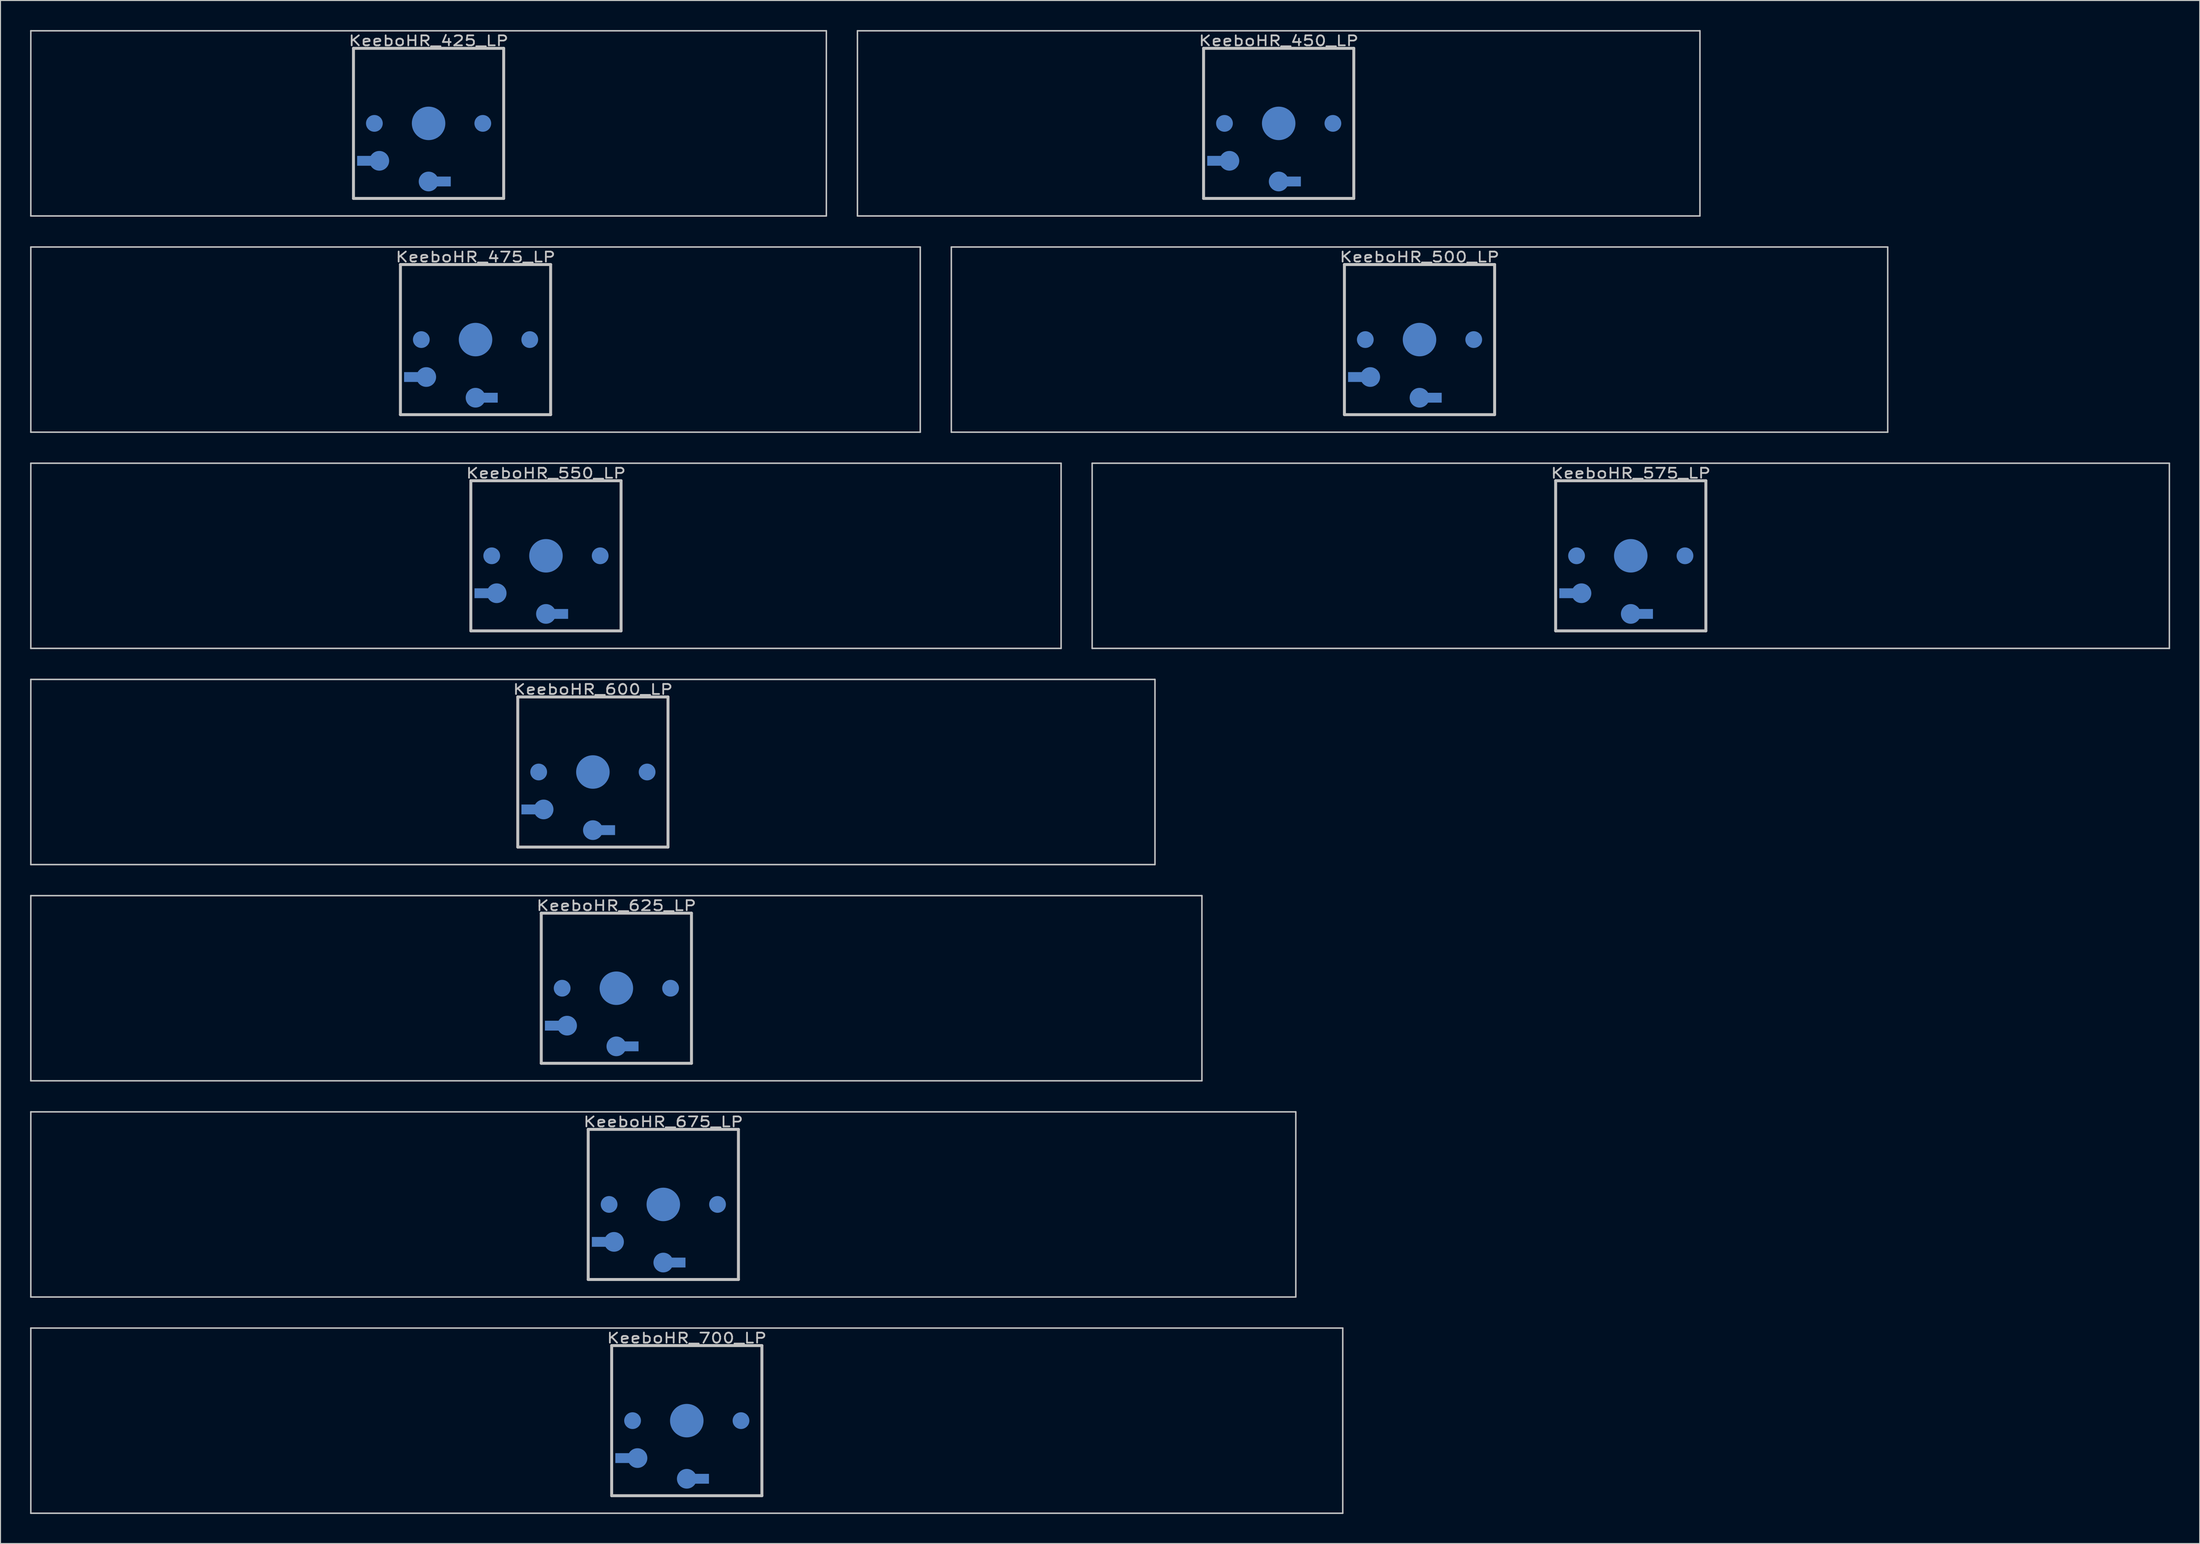
<source format=kicad_pcb>
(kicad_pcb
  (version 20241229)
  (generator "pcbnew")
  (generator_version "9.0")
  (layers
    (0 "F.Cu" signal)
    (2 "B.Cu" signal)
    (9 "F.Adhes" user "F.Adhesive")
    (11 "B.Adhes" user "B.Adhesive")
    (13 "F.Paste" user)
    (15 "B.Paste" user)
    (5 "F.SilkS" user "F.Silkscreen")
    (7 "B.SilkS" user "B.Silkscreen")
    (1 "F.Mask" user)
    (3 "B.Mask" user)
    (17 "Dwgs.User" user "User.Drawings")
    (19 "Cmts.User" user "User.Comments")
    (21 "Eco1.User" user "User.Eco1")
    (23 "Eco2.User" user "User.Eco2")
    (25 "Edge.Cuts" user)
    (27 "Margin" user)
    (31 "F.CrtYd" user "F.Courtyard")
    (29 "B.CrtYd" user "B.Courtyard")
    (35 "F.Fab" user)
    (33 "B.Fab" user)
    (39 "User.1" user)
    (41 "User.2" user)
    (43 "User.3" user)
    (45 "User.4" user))
  (footprint "KeeboHR_600_LP"
    (layer "B.Cu")
    (at 57.099 75.319)
    (property "Reference" "KeeboHR_600_LP" (at 0 -8.382 0) (layer "Dwgs.User") (effects (font (size 1.016 1.27) (thickness 0.178))))
    (attr through_hole)
    (fp_line (start -57.023 -9.398) (end 57.023 -9.398) (stroke (width 0.152) (type solid)) (layer "Dwgs.User"))
    (fp_line (start -57.023 9.398) (end -57.023 -9.398) (stroke (width 0.152) (type solid)) (layer "Dwgs.User"))
    (fp_line (start -7.62 -7.62) (end 7.62 -7.62) (stroke (width 0.3) (type solid)) (layer "Dwgs.User"))
    (fp_line (start -7.62 7.62) (end -7.62 -7.62) (stroke (width 0.3) (type solid)) (layer "Dwgs.User"))
    (fp_line (start 7.62 -7.62) (end 7.62 7.62) (stroke (width 0.3) (type solid)) (layer "Dwgs.User"))
    (fp_line (start 7.62 7.62) (end -7.62 7.62) (stroke (width 0.3) (type solid)) (layer "Dwgs.User"))
    (fp_line (start 57.023 -9.398) (end 57.023 9.398) (stroke (width 0.152) (type solid)) (layer "Dwgs.User"))
    (fp_line (start 57.023 9.398) (end -57.023 9.398) (stroke (width 0.152) (type solid)) (layer "Dwgs.User"))
    (pad "" smd circle (at -5.5 0) (size 1.7 1.7) (layers "B.Cu" "B.Mask"))
    (pad "" smd circle (at 0 0) (size 3.4 3.4) (layers "B.Cu" "B.Mask"))
    (pad "" smd circle (at 5.5 0) (size 1.7 1.7) (layers "B.Cu" "B.Mask"))
    (pad "1" smd circle (at 0 5.9) (size 2 2) (layers "B.Cu" "B.Mask"))
    (pad "1" smd rect (at 1.25 5.9) (size 2 1) (layers "B.Cu" "B.Mask"))
    (pad "2" smd rect (at -6.25 3.8) (size 2 1) (layers "B.Cu" "B.Mask"))
    (pad "2" smd circle (at -5 3.8) (size 2 2) (layers "B.Cu" "B.Mask")))
  (footprint "KeeboHR_475_LP"
    (layer "B.Cu")
    (at 45.193 31.423)
    (property "Reference" "KeeboHR_475_LP" (at 0 -8.382 0) (layer "Dwgs.User") (effects (font (size 1.016 1.27) (thickness 0.178))))
    (attr through_hole)
    (fp_line (start -45.117 -9.398) (end 45.117 -9.398) (stroke (width 0.152) (type solid)) (layer "Dwgs.User"))
    (fp_line (start -45.117 9.398) (end -45.117 -9.398) (stroke (width 0.152) (type solid)) (layer "Dwgs.User"))
    (fp_line (start -7.62 -7.62) (end 7.62 -7.62) (stroke (width 0.3) (type solid)) (layer "Dwgs.User"))
    (fp_line (start -7.62 7.62) (end -7.62 -7.62) (stroke (width 0.3) (type solid)) (layer "Dwgs.User"))
    (fp_line (start 7.62 -7.62) (end 7.62 7.62) (stroke (width 0.3) (type solid)) (layer "Dwgs.User"))
    (fp_line (start 7.62 7.62) (end -7.62 7.62) (stroke (width 0.3) (type solid)) (layer "Dwgs.User"))
    (fp_line (start 45.117 -9.398) (end 45.117 9.398) (stroke (width 0.152) (type solid)) (layer "Dwgs.User"))
    (fp_line (start 45.117 9.398) (end -45.117 9.398) (stroke (width 0.152) (type solid)) (layer "Dwgs.User"))
    (pad "" smd circle (at -5.5 0) (size 1.7 1.7) (layers "B.Cu" "B.Mask"))
    (pad "" smd circle (at 0 0) (size 3.4 3.4) (layers "B.Cu" "B.Mask"))
    (pad "" smd circle (at 5.5 0) (size 1.7 1.7) (layers "B.Cu" "B.Mask"))
    (pad "1" smd circle (at 0 5.9) (size 2 2) (layers "B.Cu" "B.Mask"))
    (pad "1" smd rect (at 1.25 5.9) (size 2 1) (layers "B.Cu" "B.Mask"))
    (pad "2" smd rect (at -6.25 3.8) (size 2 1) (layers "B.Cu" "B.Mask"))
    (pad "2" smd circle (at -5 3.8) (size 2 2) (layers "B.Cu" "B.Mask")))
  (footprint "KeeboHR_675_LP"
    (layer "B.Cu")
    (at 64.243 119.216)
    (property "Reference" "KeeboHR_675_LP" (at 0 -8.382 0) (layer "Dwgs.User") (effects (font (size 1.016 1.27) (thickness 0.178))))
    (attr through_hole)
    (fp_line (start -64.167 -9.398) (end 64.167 -9.398) (stroke (width 0.152) (type solid)) (layer "Dwgs.User"))
    (fp_line (start -64.167 9.398) (end -64.167 -9.398) (stroke (width 0.152) (type solid)) (layer "Dwgs.User"))
    (fp_line (start -7.62 -7.62) (end 7.62 -7.62) (stroke (width 0.3) (type solid)) (layer "Dwgs.User"))
    (fp_line (start -7.62 7.62) (end -7.62 -7.62) (stroke (width 0.3) (type solid)) (layer "Dwgs.User"))
    (fp_line (start 7.62 -7.62) (end 7.62 7.62) (stroke (width 0.3) (type solid)) (layer "Dwgs.User"))
    (fp_line (start 7.62 7.62) (end -7.62 7.62) (stroke (width 0.3) (type solid)) (layer "Dwgs.User"))
    (fp_line (start 64.167 -9.398) (end 64.167 9.398) (stroke (width 0.152) (type solid)) (layer "Dwgs.User"))
    (fp_line (start 64.167 9.398) (end -64.167 9.398) (stroke (width 0.152) (type solid)) (layer "Dwgs.User"))
    (pad "" smd circle (at -5.5 0) (size 1.7 1.7) (layers "B.Cu" "B.Mask"))
    (pad "" smd circle (at 0 0) (size 3.4 3.4) (layers "B.Cu" "B.Mask"))
    (pad "" smd circle (at 5.5 0) (size 1.7 1.7) (layers "B.Cu" "B.Mask"))
    (pad "1" smd circle (at 0 5.9) (size 2 2) (layers "B.Cu" "B.Mask"))
    (pad "1" smd rect (at 1.25 5.9) (size 2 1) (layers "B.Cu" "B.Mask"))
    (pad "2" smd rect (at -6.25 3.8) (size 2 1) (layers "B.Cu" "B.Mask"))
    (pad "2" smd circle (at -5 3.8) (size 2 2) (layers "B.Cu" "B.Mask")))
  (footprint "KeeboHR_625_LP"
    (layer "B.Cu")
    (at 59.48 97.268)
    (property "Reference" "KeeboHR_625_LP" (at 0 -8.382 0) (layer "Dwgs.User") (effects (font (size 1.016 1.27) (thickness 0.178))))
    (attr through_hole)
    (fp_line (start -59.404 -9.398) (end 59.404 -9.398) (stroke (width 0.152) (type solid)) (layer "Dwgs.User"))
    (fp_line (start -59.404 9.398) (end -59.404 -9.398) (stroke (width 0.152) (type solid)) (layer "Dwgs.User"))
    (fp_line (start -7.62 -7.62) (end 7.62 -7.62) (stroke (width 0.3) (type solid)) (layer "Dwgs.User"))
    (fp_line (start -7.62 7.62) (end -7.62 -7.62) (stroke (width 0.3) (type solid)) (layer "Dwgs.User"))
    (fp_line (start 7.62 -7.62) (end 7.62 7.62) (stroke (width 0.3) (type solid)) (layer "Dwgs.User"))
    (fp_line (start 7.62 7.62) (end -7.62 7.62) (stroke (width 0.3) (type solid)) (layer "Dwgs.User"))
    (fp_line (start 59.404 -9.398) (end 59.404 9.398) (stroke (width 0.152) (type solid)) (layer "Dwgs.User"))
    (fp_line (start 59.404 9.398) (end -59.404 9.398) (stroke (width 0.152) (type solid)) (layer "Dwgs.User"))
    (pad "" smd circle (at -5.5 0) (size 1.7 1.7) (layers "B.Cu" "B.Mask"))
    (pad "" smd circle (at 0 0) (size 3.4 3.4) (layers "B.Cu" "B.Mask"))
    (pad "" smd circle (at 5.5 0) (size 1.7 1.7) (layers "B.Cu" "B.Mask"))
    (pad "1" smd circle (at 0 5.9) (size 2 2) (layers "B.Cu" "B.Mask"))
    (pad "1" smd rect (at 1.25 5.9) (size 2 1) (layers "B.Cu" "B.Mask"))
    (pad "2" smd rect (at -6.25 3.8) (size 2 1) (layers "B.Cu" "B.Mask"))
    (pad "2" smd circle (at -5 3.8) (size 2 2) (layers "B.Cu" "B.Mask")))
  (footprint "KeeboHR_700_LP"
    (layer "B.Cu")
    (at 66.624 141.165)
    (property "Reference" "KeeboHR_700_LP" (at 0 -8.382 0) (layer "Dwgs.User") (effects (font (size 1.016 1.27) (thickness 0.178))))
    (attr through_hole)
    (fp_line (start -66.548 -9.398) (end 66.548 -9.398) (stroke (width 0.152) (type solid)) (layer "Dwgs.User"))
    (fp_line (start -66.548 9.398) (end -66.548 -9.398) (stroke (width 0.152) (type solid)) (layer "Dwgs.User"))
    (fp_line (start -7.62 -7.62) (end 7.62 -7.62) (stroke (width 0.3) (type solid)) (layer "Dwgs.User"))
    (fp_line (start -7.62 7.62) (end -7.62 -7.62) (stroke (width 0.3) (type solid)) (layer "Dwgs.User"))
    (fp_line (start 7.62 -7.62) (end 7.62 7.62) (stroke (width 0.3) (type solid)) (layer "Dwgs.User"))
    (fp_line (start 7.62 7.62) (end -7.62 7.62) (stroke (width 0.3) (type solid)) (layer "Dwgs.User"))
    (fp_line (start 66.548 -9.398) (end 66.548 9.398) (stroke (width 0.152) (type solid)) (layer "Dwgs.User"))
    (fp_line (start 66.548 9.398) (end -66.548 9.398) (stroke (width 0.152) (type solid)) (layer "Dwgs.User"))
    (pad "" smd circle (at -5.5 0) (size 1.7 1.7) (layers "B.Cu" "B.Mask"))
    (pad "" smd circle (at 0 0) (size 3.4 3.4) (layers "B.Cu" "B.Mask"))
    (pad "" smd circle (at 5.5 0) (size 1.7 1.7) (layers "B.Cu" "B.Mask"))
    (pad "1" smd circle (at 0 5.9) (size 2 2) (layers "B.Cu" "B.Mask"))
    (pad "1" smd rect (at 1.25 5.9) (size 2 1) (layers "B.Cu" "B.Mask"))
    (pad "2" smd rect (at -6.25 3.8) (size 2 1) (layers "B.Cu" "B.Mask"))
    (pad "2" smd circle (at -5 3.8) (size 2 2) (layers "B.Cu" "B.Mask")))
  (footprint "KeeboHR_550_LP"
    (layer "B.Cu")
    (at 52.337 53.371)
    (property "Reference" "KeeboHR_550_LP" (at 0 -8.382 0) (layer "Dwgs.User") (effects (font (size 1.016 1.27) (thickness 0.178))))
    (attr through_hole)
    (fp_line (start -52.261 -9.398) (end 52.261 -9.398) (stroke (width 0.152) (type solid)) (layer "Dwgs.User"))
    (fp_line (start -52.261 9.398) (end -52.261 -9.398) (stroke (width 0.152) (type solid)) (layer "Dwgs.User"))
    (fp_line (start -7.62 -7.62) (end 7.62 -7.62) (stroke (width 0.3) (type solid)) (layer "Dwgs.User"))
    (fp_line (start -7.62 7.62) (end -7.62 -7.62) (stroke (width 0.3) (type solid)) (layer "Dwgs.User"))
    (fp_line (start 7.62 -7.62) (end 7.62 7.62) (stroke (width 0.3) (type solid)) (layer "Dwgs.User"))
    (fp_line (start 7.62 7.62) (end -7.62 7.62) (stroke (width 0.3) (type solid)) (layer "Dwgs.User"))
    (fp_line (start 52.261 -9.398) (end 52.261 9.398) (stroke (width 0.152) (type solid)) (layer "Dwgs.User"))
    (fp_line (start 52.261 9.398) (end -52.261 9.398) (stroke (width 0.152) (type solid)) (layer "Dwgs.User"))
    (pad "" smd circle (at -5.5 0) (size 1.7 1.7) (layers "B.Cu" "B.Mask"))
    (pad "" smd circle (at 0 0) (size 3.4 3.4) (layers "B.Cu" "B.Mask"))
    (pad "" smd circle (at 5.5 0) (size 1.7 1.7) (layers "B.Cu" "B.Mask"))
    (pad "1" smd circle (at 0 5.9) (size 2 2) (layers "B.Cu" "B.Mask"))
    (pad "1" smd rect (at 1.25 5.9) (size 2 1) (layers "B.Cu" "B.Mask"))
    (pad "2" smd rect (at -6.25 3.8) (size 2 1) (layers "B.Cu" "B.Mask"))
    (pad "2" smd circle (at -5 3.8) (size 2 2) (layers "B.Cu" "B.Mask")))
  (footprint "KeeboHR_425_LP"
    (layer "B.Cu")
    (at 40.43 9.474)
    (property "Reference" "KeeboHR_425_LP" (at 0 -8.382 0) (layer "Dwgs.User") (effects (font (size 1.016 1.27) (thickness 0.178))))
    (attr through_hole)
    (fp_line (start -40.354 -9.398) (end 40.354 -9.398) (stroke (width 0.152) (type solid)) (layer "Dwgs.User"))
    (fp_line (start -40.354 9.398) (end -40.354 -9.398) (stroke (width 0.152) (type solid)) (layer "Dwgs.User"))
    (fp_line (start -7.62 -7.62) (end 7.62 -7.62) (stroke (width 0.3) (type solid)) (layer "Dwgs.User"))
    (fp_line (start -7.62 7.62) (end -7.62 -7.62) (stroke (width 0.3) (type solid)) (layer "Dwgs.User"))
    (fp_line (start 7.62 -7.62) (end 7.62 7.62) (stroke (width 0.3) (type solid)) (layer "Dwgs.User"))
    (fp_line (start 7.62 7.62) (end -7.62 7.62) (stroke (width 0.3) (type solid)) (layer "Dwgs.User"))
    (fp_line (start 40.354 -9.398) (end 40.354 9.398) (stroke (width 0.152) (type solid)) (layer "Dwgs.User"))
    (fp_line (start 40.354 9.398) (end -40.354 9.398) (stroke (width 0.152) (type solid)) (layer "Dwgs.User"))
    (pad "" smd circle (at -5.5 0) (size 1.7 1.7) (layers "B.Cu" "B.Mask"))
    (pad "" smd circle (at 0 0) (size 3.4 3.4) (layers "B.Cu" "B.Mask"))
    (pad "" smd circle (at 5.5 0) (size 1.7 1.7) (layers "B.Cu" "B.Mask"))
    (pad "1" smd circle (at 0 5.9) (size 2 2) (layers "B.Cu" "B.Mask"))
    (pad "1" smd rect (at 1.25 5.9) (size 2 1) (layers "B.Cu" "B.Mask"))
    (pad "2" smd rect (at -6.25 3.8) (size 2 1) (layers "B.Cu" "B.Mask"))
    (pad "2" smd circle (at -5 3.8) (size 2 2) (layers "B.Cu" "B.Mask")))
  (footprint "KeeboHR_450_LP"
    (layer "B.Cu")
    (at 126.673 9.474)
    (property "Reference" "KeeboHR_450_LP" (at 0 -8.382 0) (layer "Dwgs.User") (effects (font (size 1.016 1.27) (thickness 0.178))))
    (attr through_hole)
    (fp_line (start -42.736 -9.398) (end 42.736 -9.398) (stroke (width 0.152) (type solid)) (layer "Dwgs.User"))
    (fp_line (start -42.736 9.398) (end -42.736 -9.398) (stroke (width 0.152) (type solid)) (layer "Dwgs.User"))
    (fp_line (start -7.62 -7.62) (end 7.62 -7.62) (stroke (width 0.3) (type solid)) (layer "Dwgs.User"))
    (fp_line (start -7.62 7.62) (end -7.62 -7.62) (stroke (width 0.3) (type solid)) (layer "Dwgs.User"))
    (fp_line (start 7.62 -7.62) (end 7.62 7.62) (stroke (width 0.3) (type solid)) (layer "Dwgs.User"))
    (fp_line (start 7.62 7.62) (end -7.62 7.62) (stroke (width 0.3) (type solid)) (layer "Dwgs.User"))
    (fp_line (start 42.736 -9.398) (end 42.736 9.398) (stroke (width 0.152) (type solid)) (layer "Dwgs.User"))
    (fp_line (start 42.736 9.398) (end -42.736 9.398) (stroke (width 0.152) (type solid)) (layer "Dwgs.User"))
    (pad "" smd circle (at -5.5 0) (size 1.7 1.7) (layers "B.Cu" "B.Mask"))
    (pad "" smd circle (at 0 0) (size 3.4 3.4) (layers "B.Cu" "B.Mask"))
    (pad "" smd circle (at 5.5 0) (size 1.7 1.7) (layers "B.Cu" "B.Mask"))
    (pad "1" smd circle (at 0 5.9) (size 2 2) (layers "B.Cu" "B.Mask"))
    (pad "1" smd rect (at 1.25 5.9) (size 2 1) (layers "B.Cu" "B.Mask"))
    (pad "2" smd rect (at -6.25 3.8) (size 2 1) (layers "B.Cu" "B.Mask"))
    (pad "2" smd circle (at -5 3.8) (size 2 2) (layers "B.Cu" "B.Mask")))
  (footprint "KeeboHR_575_LP"
    (layer "B.Cu")
    (at 162.391 53.371)
    (property "Reference" "KeeboHR_575_LP" (at 0 -8.382 0) (layer "Dwgs.User") (effects (font (size 1.016 1.27) (thickness 0.178))))
    (attr through_hole)
    (fp_line (start -54.642 -9.398) (end 54.642 -9.398) (stroke (width 0.152) (type solid)) (layer "Dwgs.User"))
    (fp_line (start -54.642 9.398) (end -54.642 -9.398) (stroke (width 0.152) (type solid)) (layer "Dwgs.User"))
    (fp_line (start -7.62 -7.62) (end 7.62 -7.62) (stroke (width 0.3) (type solid)) (layer "Dwgs.User"))
    (fp_line (start -7.62 7.62) (end -7.62 -7.62) (stroke (width 0.3) (type solid)) (layer "Dwgs.User"))
    (fp_line (start 7.62 -7.62) (end 7.62 7.62) (stroke (width 0.3) (type solid)) (layer "Dwgs.User"))
    (fp_line (start 7.62 7.62) (end -7.62 7.62) (stroke (width 0.3) (type solid)) (layer "Dwgs.User"))
    (fp_line (start 54.642 -9.398) (end 54.642 9.398) (stroke (width 0.152) (type solid)) (layer "Dwgs.User"))
    (fp_line (start 54.642 9.398) (end -54.642 9.398) (stroke (width 0.152) (type solid)) (layer "Dwgs.User"))
    (pad "" smd circle (at -5.5 0) (size 1.7 1.7) (layers "B.Cu" "B.Mask"))
    (pad "" smd circle (at 0 0) (size 3.4 3.4) (layers "B.Cu" "B.Mask"))
    (pad "" smd circle (at 5.5 0) (size 1.7 1.7) (layers "B.Cu" "B.Mask"))
    (pad "1" smd circle (at 0 5.9) (size 2 2) (layers "B.Cu" "B.Mask"))
    (pad "1" smd rect (at 1.25 5.9) (size 2 1) (layers "B.Cu" "B.Mask"))
    (pad "2" smd rect (at -6.25 3.8) (size 2 1) (layers "B.Cu" "B.Mask"))
    (pad "2" smd circle (at -5 3.8) (size 2 2) (layers "B.Cu" "B.Mask")))
  (footprint "KeeboHR_500_LP"
    (layer "B.Cu")
    (at 140.96 31.423)
    (property "Reference" "KeeboHR_500_LP" (at 0 -8.382 0) (layer "Dwgs.User") (effects (font (size 1.016 1.27) (thickness 0.178))))
    (attr through_hole)
    (fp_line (start -47.498 -9.398) (end 47.498 -9.398) (stroke (width 0.152) (type solid)) (layer "Dwgs.User"))
    (fp_line (start -47.498 9.398) (end -47.498 -9.398) (stroke (width 0.152) (type solid)) (layer "Dwgs.User"))
    (fp_line (start -7.62 -7.62) (end 7.62 -7.62) (stroke (width 0.3) (type solid)) (layer "Dwgs.User"))
    (fp_line (start -7.62 7.62) (end -7.62 -7.62) (stroke (width 0.3) (type solid)) (layer "Dwgs.User"))
    (fp_line (start 7.62 -7.62) (end 7.62 7.62) (stroke (width 0.3) (type solid)) (layer "Dwgs.User"))
    (fp_line (start 7.62 7.62) (end -7.62 7.62) (stroke (width 0.3) (type solid)) (layer "Dwgs.User"))
    (fp_line (start 47.498 -9.398) (end 47.498 9.398) (stroke (width 0.152) (type solid)) (layer "Dwgs.User"))
    (fp_line (start 47.498 9.398) (end -47.498 9.398) (stroke (width 0.152) (type solid)) (layer "Dwgs.User"))
    (pad "" smd circle (at -5.5 0) (size 1.7 1.7) (layers "B.Cu" "B.Mask"))
    (pad "" smd circle (at 0 0) (size 3.4 3.4) (layers "B.Cu" "B.Mask"))
    (pad "" smd circle (at 5.5 0) (size 1.7 1.7) (layers "B.Cu" "B.Mask"))
    (pad "1" smd circle (at 0 5.9) (size 2 2) (layers "B.Cu" "B.Mask"))
    (pad "1" smd rect (at 1.25 5.9) (size 2 1) (layers "B.Cu" "B.Mask"))
    (pad "2" smd rect (at -6.25 3.8) (size 2 1) (layers "B.Cu" "B.Mask"))
    (pad "2" smd circle (at -5 3.8) (size 2 2) (layers "B.Cu" "B.Mask")))
  (gr_rect
    (start -3 -3)
    (end 220.109 153.639)
    (stroke (width 0.1) (type default))
    (fill no)
    (layer "Edge.Cuts")))
</source>
